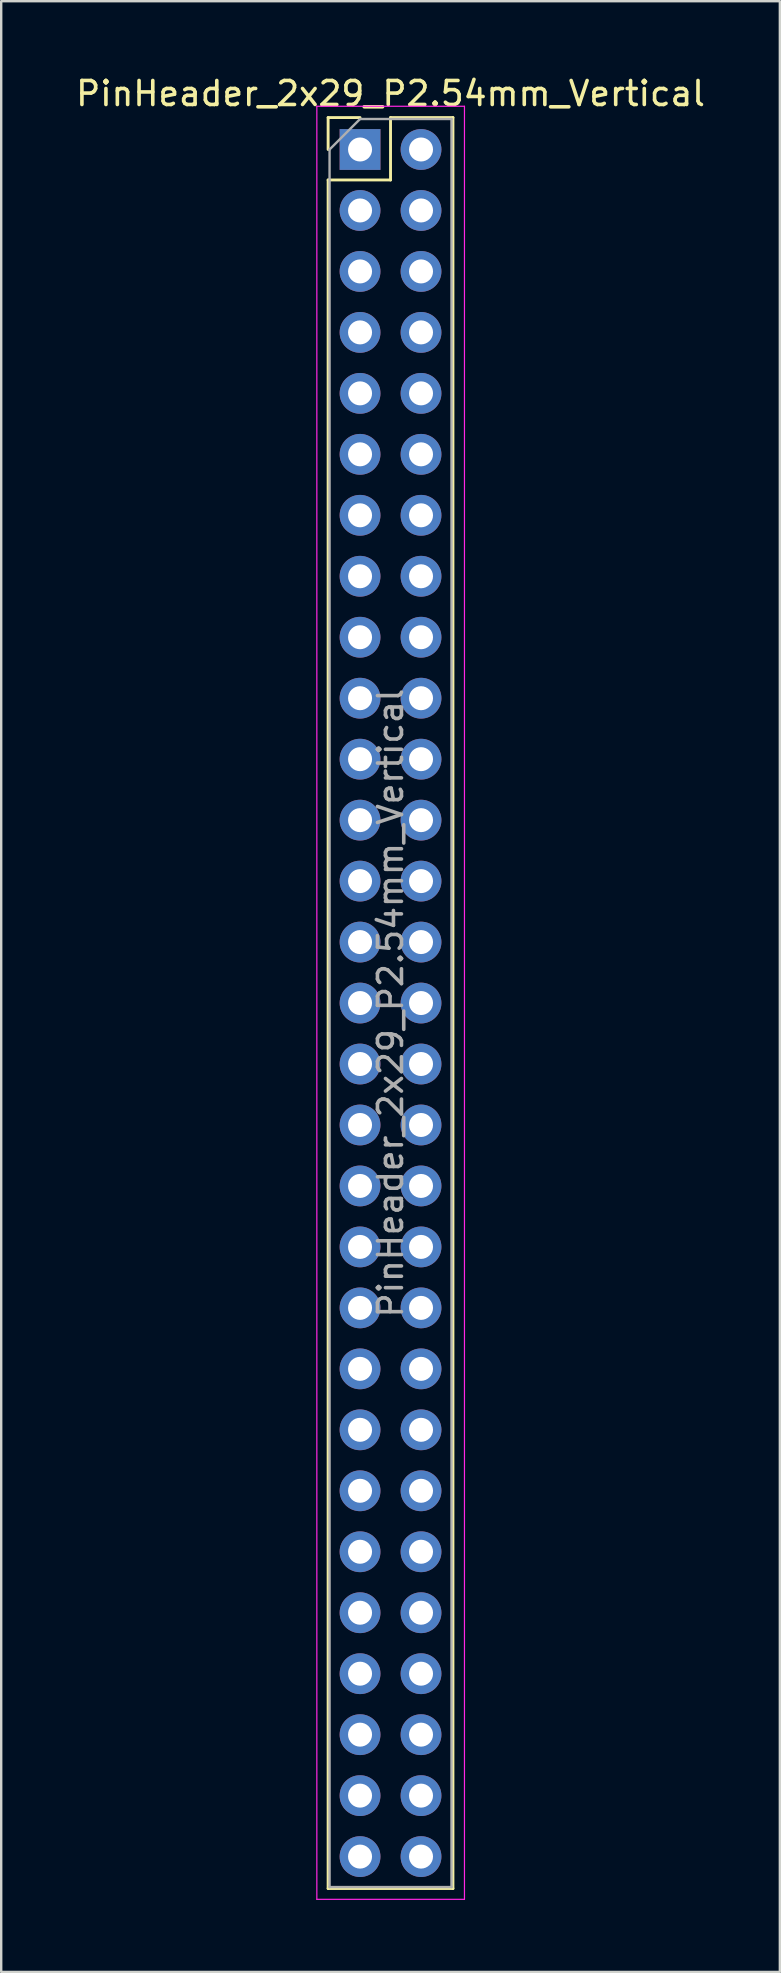
<source format=kicad_pcb>
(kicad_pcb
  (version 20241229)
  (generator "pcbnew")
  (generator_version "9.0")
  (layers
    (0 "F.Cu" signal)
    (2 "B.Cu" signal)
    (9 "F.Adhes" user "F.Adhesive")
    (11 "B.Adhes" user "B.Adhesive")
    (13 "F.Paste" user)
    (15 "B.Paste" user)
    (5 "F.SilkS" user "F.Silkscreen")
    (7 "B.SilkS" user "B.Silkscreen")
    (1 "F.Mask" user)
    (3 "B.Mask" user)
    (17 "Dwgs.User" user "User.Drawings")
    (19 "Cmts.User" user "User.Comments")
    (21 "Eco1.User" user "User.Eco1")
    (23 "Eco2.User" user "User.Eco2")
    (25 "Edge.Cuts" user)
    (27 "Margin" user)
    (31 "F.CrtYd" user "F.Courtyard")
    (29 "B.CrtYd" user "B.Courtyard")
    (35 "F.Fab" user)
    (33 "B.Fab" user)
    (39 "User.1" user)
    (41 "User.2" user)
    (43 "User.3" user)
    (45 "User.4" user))
  (footprint "PinHeader_2x29_P2.54mm_Vertical"
    (layer "F.Cu")
    (at 11.95 3.178)
    (property "Reference" "PinHeader_2x29_P2.54mm_Vertical" (at 1.27 -2.33 0) (layer "F.SilkS") (effects (font (size 1 1) (thickness 0.15))))
    (attr through_hole)
    (fp_line (start -1.33 -1.33) (end 0 -1.33) (stroke (width 0.12) (type solid)) (layer "F.SilkS"))
    (fp_line (start -1.33 0) (end -1.33 -1.33) (stroke (width 0.12) (type solid)) (layer "F.SilkS"))
    (fp_line (start -1.33 1.27) (end -1.33 72.45) (stroke (width 0.12) (type solid)) (layer "F.SilkS"))
    (fp_line (start -1.33 1.27) (end 1.27 1.27) (stroke (width 0.12) (type solid)) (layer "F.SilkS"))
    (fp_line (start -1.33 72.45) (end 3.87 72.45) (stroke (width 0.12) (type solid)) (layer "F.SilkS"))
    (fp_line (start 1.27 -1.33) (end 3.87 -1.33) (stroke (width 0.12) (type solid)) (layer "F.SilkS"))
    (fp_line (start 1.27 1.27) (end 1.27 -1.33) (stroke (width 0.12) (type solid)) (layer "F.SilkS"))
    (fp_line (start 3.87 -1.33) (end 3.87 72.45) (stroke (width 0.12) (type solid)) (layer "F.SilkS"))
    (fp_line (start -1.8 -1.8) (end -1.8 72.9) (stroke (width 0.05) (type solid)) (layer "F.CrtYd"))
    (fp_line (start -1.8 72.9) (end 4.35 72.9) (stroke (width 0.05) (type solid)) (layer "F.CrtYd"))
    (fp_line (start 4.35 -1.8) (end -1.8 -1.8) (stroke (width 0.05) (type solid)) (layer "F.CrtYd"))
    (fp_line (start 4.35 72.9) (end 4.35 -1.8) (stroke (width 0.05) (type solid)) (layer "F.CrtYd"))
    (fp_line (start -1.27 0) (end 0 -1.27) (stroke (width 0.1) (type solid)) (layer "F.Fab"))
    (fp_line (start -1.27 72.39) (end -1.27 0) (stroke (width 0.1) (type solid)) (layer "F.Fab"))
    (fp_line (start 0 -1.27) (end 3.81 -1.27) (stroke (width 0.1) (type solid)) (layer "F.Fab"))
    (fp_line (start 3.81 -1.27) (end 3.81 72.39) (stroke (width 0.1) (type solid)) (layer "F.Fab"))
    (fp_line (start 3.81 72.39) (end -1.27 72.39) (stroke (width 0.1) (type solid)) (layer "F.Fab"))
    (fp_text user "${REFERENCE}" (at 1.27 35.56 90) (layer "F.Fab") (effects (font (size 1 1) (thickness 0.15))))
    (pad "1" thru_hole rect (at 0 0) (size 1.7 1.7) (drill 1) (layers "*.Cu" "*.Mask"))
    (pad "2" thru_hole oval (at 2.54 0) (size 1.7 1.7) (drill 1) (layers "*.Cu" "*.Mask"))
    (pad "3" thru_hole oval (at 0 2.54) (size 1.7 1.7) (drill 1) (layers "*.Cu" "*.Mask"))
    (pad "4" thru_hole oval (at 2.54 2.54) (size 1.7 1.7) (drill 1) (layers "*.Cu" "*.Mask"))
    (pad "5" thru_hole oval (at 0 5.08) (size 1.7 1.7) (drill 1) (layers "*.Cu" "*.Mask"))
    (pad "6" thru_hole oval (at 2.54 5.08) (size 1.7 1.7) (drill 1) (layers "*.Cu" "*.Mask"))
    (pad "7" thru_hole oval (at 0 7.62) (size 1.7 1.7) (drill 1) (layers "*.Cu" "*.Mask"))
    (pad "8" thru_hole oval (at 2.54 7.62) (size 1.7 1.7) (drill 1) (layers "*.Cu" "*.Mask"))
    (pad "9" thru_hole oval (at 0 10.16) (size 1.7 1.7) (drill 1) (layers "*.Cu" "*.Mask"))
    (pad "10" thru_hole oval (at 2.54 10.16) (size 1.7 1.7) (drill 1) (layers "*.Cu" "*.Mask"))
    (pad "11" thru_hole oval (at 0 12.7) (size 1.7 1.7) (drill 1) (layers "*.Cu" "*.Mask"))
    (pad "12" thru_hole oval (at 2.54 12.7) (size 1.7 1.7) (drill 1) (layers "*.Cu" "*.Mask"))
    (pad "13" thru_hole oval (at 0 15.24) (size 1.7 1.7) (drill 1) (layers "*.Cu" "*.Mask"))
    (pad "14" thru_hole oval (at 2.54 15.24) (size 1.7 1.7) (drill 1) (layers "*.Cu" "*.Mask"))
    (pad "15" thru_hole oval (at 0 17.78) (size 1.7 1.7) (drill 1) (layers "*.Cu" "*.Mask"))
    (pad "16" thru_hole oval (at 2.54 17.78) (size 1.7 1.7) (drill 1) (layers "*.Cu" "*.Mask"))
    (pad "17" thru_hole oval (at 0 20.32) (size 1.7 1.7) (drill 1) (layers "*.Cu" "*.Mask"))
    (pad "18" thru_hole oval (at 2.54 20.32) (size 1.7 1.7) (drill 1) (layers "*.Cu" "*.Mask"))
    (pad "19" thru_hole oval (at 0 22.86) (size 1.7 1.7) (drill 1) (layers "*.Cu" "*.Mask"))
    (pad "20" thru_hole oval (at 2.54 22.86) (size 1.7 1.7) (drill 1) (layers "*.Cu" "*.Mask"))
    (pad "21" thru_hole oval (at 0 25.4) (size 1.7 1.7) (drill 1) (layers "*.Cu" "*.Mask"))
    (pad "22" thru_hole oval (at 2.54 25.4) (size 1.7 1.7) (drill 1) (layers "*.Cu" "*.Mask"))
    (pad "23" thru_hole oval (at 0 27.94) (size 1.7 1.7) (drill 1) (layers "*.Cu" "*.Mask"))
    (pad "24" thru_hole oval (at 2.54 27.94) (size 1.7 1.7) (drill 1) (layers "*.Cu" "*.Mask"))
    (pad "25" thru_hole oval (at 0 30.48) (size 1.7 1.7) (drill 1) (layers "*.Cu" "*.Mask"))
    (pad "26" thru_hole oval (at 2.54 30.48) (size 1.7 1.7) (drill 1) (layers "*.Cu" "*.Mask"))
    (pad "27" thru_hole oval (at 0 33.02) (size 1.7 1.7) (drill 1) (layers "*.Cu" "*.Mask"))
    (pad "28" thru_hole oval (at 2.54 33.02) (size 1.7 1.7) (drill 1) (layers "*.Cu" "*.Mask"))
    (pad "29" thru_hole oval (at 0 35.56) (size 1.7 1.7) (drill 1) (layers "*.Cu" "*.Mask"))
    (pad "30" thru_hole oval (at 2.54 35.56) (size 1.7 1.7) (drill 1) (layers "*.Cu" "*.Mask"))
    (pad "31" thru_hole oval (at 0 38.1) (size 1.7 1.7) (drill 1) (layers "*.Cu" "*.Mask"))
    (pad "32" thru_hole oval (at 2.54 38.1) (size 1.7 1.7) (drill 1) (layers "*.Cu" "*.Mask"))
    (pad "33" thru_hole oval (at 0 40.64) (size 1.7 1.7) (drill 1) (layers "*.Cu" "*.Mask"))
    (pad "34" thru_hole oval (at 2.54 40.64) (size 1.7 1.7) (drill 1) (layers "*.Cu" "*.Mask"))
    (pad "35" thru_hole oval (at 0 43.18) (size 1.7 1.7) (drill 1) (layers "*.Cu" "*.Mask"))
    (pad "36" thru_hole oval (at 2.54 43.18) (size 1.7 1.7) (drill 1) (layers "*.Cu" "*.Mask"))
    (pad "37" thru_hole oval (at 0 45.72) (size 1.7 1.7) (drill 1) (layers "*.Cu" "*.Mask"))
    (pad "38" thru_hole oval (at 2.54 45.72) (size 1.7 1.7) (drill 1) (layers "*.Cu" "*.Mask"))
    (pad "39" thru_hole oval (at 0 48.26) (size 1.7 1.7) (drill 1) (layers "*.Cu" "*.Mask"))
    (pad "40" thru_hole oval (at 2.54 48.26) (size 1.7 1.7) (drill 1) (layers "*.Cu" "*.Mask"))
    (pad "41" thru_hole oval (at 0 50.8) (size 1.7 1.7) (drill 1) (layers "*.Cu" "*.Mask"))
    (pad "42" thru_hole oval (at 2.54 50.8) (size 1.7 1.7) (drill 1) (layers "*.Cu" "*.Mask"))
    (pad "43" thru_hole oval (at 0 53.34) (size 1.7 1.7) (drill 1) (layers "*.Cu" "*.Mask"))
    (pad "44" thru_hole oval (at 2.54 53.34) (size 1.7 1.7) (drill 1) (layers "*.Cu" "*.Mask"))
    (pad "45" thru_hole oval (at 0 55.88) (size 1.7 1.7) (drill 1) (layers "*.Cu" "*.Mask"))
    (pad "46" thru_hole oval (at 2.54 55.88) (size 1.7 1.7) (drill 1) (layers "*.Cu" "*.Mask"))
    (pad "47" thru_hole oval (at 0 58.42) (size 1.7 1.7) (drill 1) (layers "*.Cu" "*.Mask"))
    (pad "48" thru_hole oval (at 2.54 58.42) (size 1.7 1.7) (drill 1) (layers "*.Cu" "*.Mask"))
    (pad "49" thru_hole oval (at 0 60.96) (size 1.7 1.7) (drill 1) (layers "*.Cu" "*.Mask"))
    (pad "50" thru_hole oval (at 2.54 60.96) (size 1.7 1.7) (drill 1) (layers "*.Cu" "*.Mask"))
    (pad "51" thru_hole oval (at 0 63.5) (size 1.7 1.7) (drill 1) (layers "*.Cu" "*.Mask"))
    (pad "52" thru_hole oval (at 2.54 63.5) (size 1.7 1.7) (drill 1) (layers "*.Cu" "*.Mask"))
    (pad "53" thru_hole oval (at 0 66.04) (size 1.7 1.7) (drill 1) (layers "*.Cu" "*.Mask"))
    (pad "54" thru_hole oval (at 2.54 66.04) (size 1.7 1.7) (drill 1) (layers "*.Cu" "*.Mask"))
    (pad "55" thru_hole oval (at 0 68.58) (size 1.7 1.7) (drill 1) (layers "*.Cu" "*.Mask"))
    (pad "56" thru_hole oval (at 2.54 68.58) (size 1.7 1.7) (drill 1) (layers "*.Cu" "*.Mask"))
    (pad "57" thru_hole oval (at 0 71.12) (size 1.7 1.7) (drill 1) (layers "*.Cu" "*.Mask"))
    (pad "58" thru_hole oval (at 2.54 71.12) (size 1.7 1.7) (drill 1) (layers "*.Cu" "*.Mask")))
  (gr_rect
    (start -3 -3)
    (end 29.44 79.103)
    (stroke (width 0.1) (type default))
    (fill no)
    (layer "Edge.Cuts")))
</source>
